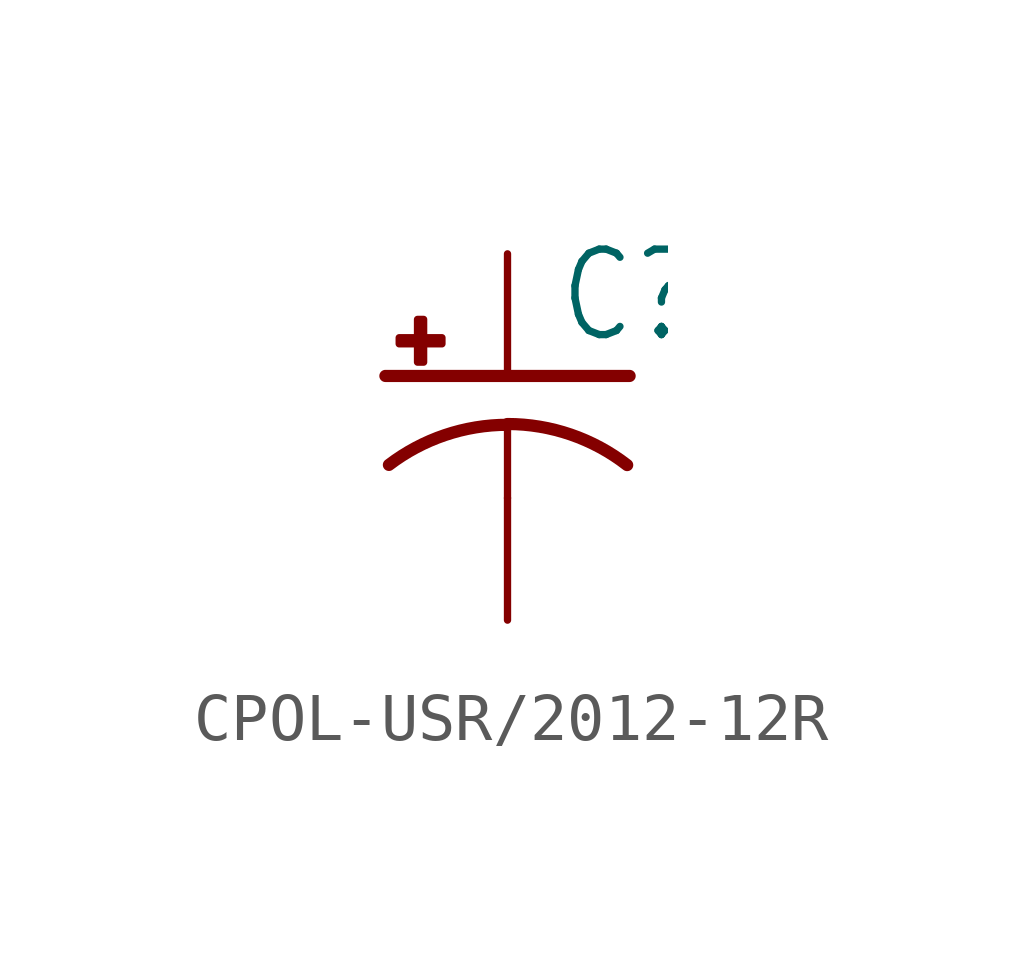
<source format=kicad_sym>
(kicad_symbol_lib
  (version 20231120)
  (generator "kicad_symbol_editor")
  (generator_version "8.0")
  (symbol "CPOL-USR/2012-12R"
    (property "Reference" "C"
      (at 1.016 0.635 0)
      (effects (font (size 1.778 1.511)) (justify left bottom)))
    (property "Value" ""
      (at 1.016 -4.191 0)
      (effects (font (size 1.778 1.511)) (justify left bottom)))
    (property "ki_locked" ""
      (at 0 0 0)
      (effects (font (size 1.27 1.27))))
    (symbol "CPOL-USR/2012-12R_1_0"
      (rectangle (start -2.253 0.668) (end -1.364 0.795) (stroke (width 0) (type default)) (fill (type outline)))
      (rectangle (start -1.872 0.287) (end -1.745 1.176) (stroke (width 0) (type default)) (fill (type outline)))
      (arc (start 0 -1.0161) (mid -1.3021 -1.2303) (end -2.4669 -1.8504) (stroke (width 0.254) (type solid)) (fill (type none)))
      (polyline (pts (xy -2.54 0) (xy 2.54 0)) (stroke (width 0.254) (type solid)) (fill (type none)))
      (polyline (pts (xy 0 -1.016) (xy 0 -2.54)) (stroke (width 0.152) (type solid)) (fill (type none)))
      (arc (start 2.4892 -1.8541) (mid 1.3158 -1.2194) (end 0 -1) (stroke (width 0.254) (type solid)) (fill (type none)))
      (pin passive line (at 0 2.54 270) (length 2.54) (name "+" (effects (font (size 0 0)))) (number "+" (effects (font (size 0 0)))))
      (pin passive line (at 0 -5.08 90) (length 2.54) (name "-" (effects (font (size 0 0)))) (number "-" (effects (font (size 0 0))))))))
</source>
